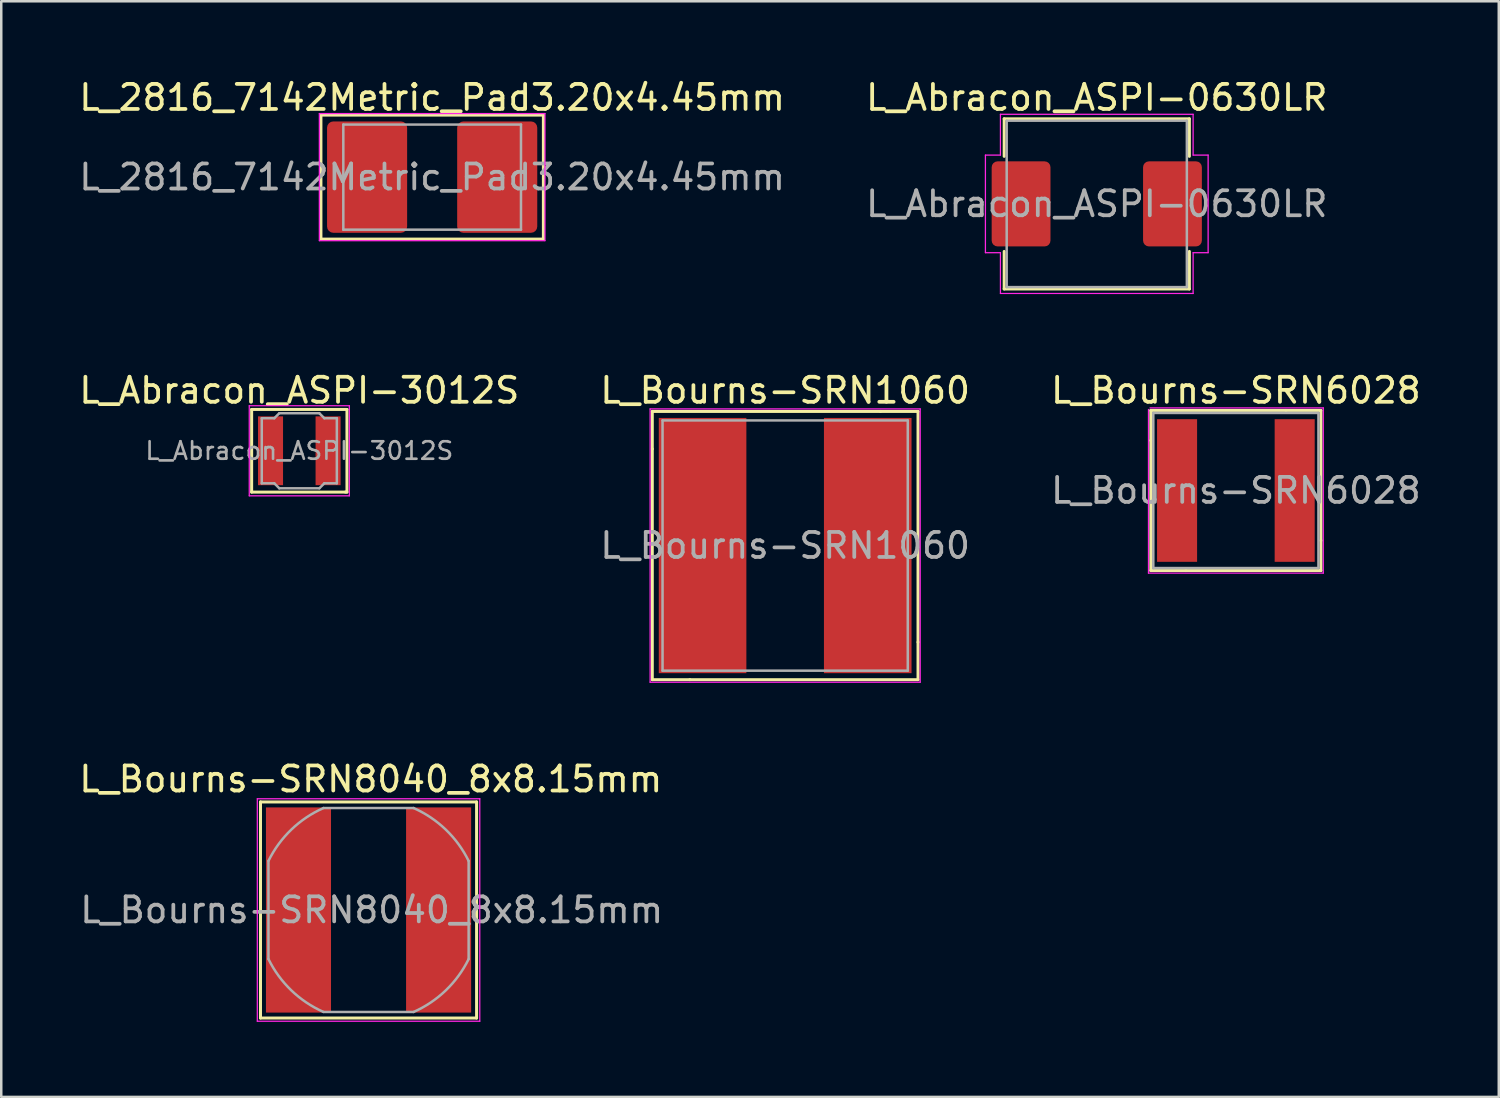
<source format=kicad_pcb>
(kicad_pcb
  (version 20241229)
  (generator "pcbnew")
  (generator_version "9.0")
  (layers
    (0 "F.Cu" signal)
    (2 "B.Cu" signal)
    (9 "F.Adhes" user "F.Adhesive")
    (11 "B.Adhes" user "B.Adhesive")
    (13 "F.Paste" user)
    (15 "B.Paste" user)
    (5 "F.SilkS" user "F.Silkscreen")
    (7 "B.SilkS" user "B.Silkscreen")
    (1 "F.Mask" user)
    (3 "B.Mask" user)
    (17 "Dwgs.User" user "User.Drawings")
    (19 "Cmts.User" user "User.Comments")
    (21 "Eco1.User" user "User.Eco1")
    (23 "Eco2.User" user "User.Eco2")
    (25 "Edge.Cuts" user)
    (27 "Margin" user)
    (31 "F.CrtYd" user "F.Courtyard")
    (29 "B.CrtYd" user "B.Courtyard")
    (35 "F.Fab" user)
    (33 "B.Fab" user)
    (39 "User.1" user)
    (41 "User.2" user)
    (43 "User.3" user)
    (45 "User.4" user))
  (footprint "L_2816_7142Metric_Pad3.20x4.45mm"
    (layer "F.Cu")
    (at 14.22 4.028)
    (property "Reference" "L_2816_7142Metric_Pad3.20x4.45mm" (at 0 -3.18 0) (layer "F.SilkS") (effects (font (size 1 1) (thickness 0.15))))
    (attr smd)
    (fp_line (start -4.445 -2.477) (end 4.445 -2.477) (stroke (width 0.12) (type solid)) (layer "F.SilkS"))
    (fp_line (start -4.445 2.477) (end -4.445 -2.477) (stroke (width 0.12) (type solid)) (layer "F.SilkS"))
    (fp_line (start 4.445 -2.477) (end 4.445 2.477) (stroke (width 0.12) (type solid)) (layer "F.SilkS"))
    (fp_line (start 4.445 2.477) (end -4.445 2.477) (stroke (width 0.12) (type solid)) (layer "F.SilkS"))
    (fp_line (start -4.508 -2.54) (end 4.508 -2.54) (stroke (width 0.05) (type solid)) (layer "F.CrtYd"))
    (fp_line (start -4.508 2.54) (end -4.508 -2.54) (stroke (width 0.05) (type solid)) (layer "F.CrtYd"))
    (fp_line (start 4.508 -2.54) (end 4.508 2.54) (stroke (width 0.05) (type solid)) (layer "F.CrtYd"))
    (fp_line (start 4.508 2.54) (end -4.508 2.54) (stroke (width 0.05) (type solid)) (layer "F.CrtYd"))
    (fp_line (start -3.55 -2.1) (end 3.55 -2.1) (stroke (width 0.1) (type solid)) (layer "F.Fab"))
    (fp_line (start -3.55 2.1) (end -3.55 -2.1) (stroke (width 0.1) (type solid)) (layer "F.Fab"))
    (fp_line (start 3.55 -2.1) (end 3.55 2.1) (stroke (width 0.1) (type solid)) (layer "F.Fab"))
    (fp_line (start 3.55 2.1) (end -3.55 2.1) (stroke (width 0.1) (type solid)) (layer "F.Fab"))
    (fp_text user "${REFERENCE}" (at 0 0 0) (layer "F.Fab") (effects (font (size 1 1) (thickness 0.15))))
    (pad "1" smd roundrect (at -2.6 0) (size 3.2 4.45) (layers "F.Cu" "F.Mask" "F.Paste") (roundrect_rratio 0.078))
    (pad "2" smd roundrect (at 2.6 0) (size 3.2 4.45) (layers "F.Cu" "F.Mask" "F.Paste") (roundrect_rratio 0.078)))
  (footprint "L_Abracon_ASPI-3012S"
    (layer "F.Cu")
    (at 8.911 14.964)
    (property "Reference" "L_Abracon_ASPI-3012S" (at 0 -2.413 0) (layer "F.SilkS") (effects (font (size 1 1) (thickness 0.15))))
    (attr smd)
    (fp_line (start -1.905 -1.651) (end -1.905 1.651) (stroke (width 0.12) (type solid)) (layer "F.SilkS"))
    (fp_line (start -1.905 1.651) (end 1.841 1.651) (stroke (width 0.12) (type solid)) (layer "F.SilkS"))
    (fp_line (start 1.841 1.651) (end 1.905 1.651) (stroke (width 0.12) (type solid)) (layer "F.SilkS"))
    (fp_line (start 1.905 -1.651) (end -1.905 -1.651) (stroke (width 0.12) (type solid)) (layer "F.SilkS"))
    (fp_line (start 1.905 1.651) (end 1.905 -1.651) (stroke (width 0.12) (type solid)) (layer "F.SilkS"))
    (fp_line (start -2 -1.8) (end -2 1.8) (stroke (width 0.05) (type solid)) (layer "F.CrtYd"))
    (fp_line (start -2 1.8) (end 2 1.8) (stroke (width 0.05) (type solid)) (layer "F.CrtYd"))
    (fp_line (start 2 -1.8) (end -2 -1.8) (stroke (width 0.05) (type solid)) (layer "F.CrtYd"))
    (fp_line (start 2 1.8) (end 2 -1.8) (stroke (width 0.05) (type solid)) (layer "F.CrtYd"))
    (fp_line (start -1.5 -1.3) (end -1.5 1.3) (stroke (width 0.1) (type solid)) (layer "F.Fab"))
    (fp_line (start -1.5 1.3) (end -1 1.3) (stroke (width 0.1) (type solid)) (layer "F.Fab"))
    (fp_line (start -1 -1.3) (end -1.5 -1.3) (stroke (width 0.1) (type solid)) (layer "F.Fab"))
    (fp_line (start -1 1.3) (end -0.8 1.5) (stroke (width 0.1) (type solid)) (layer "F.Fab"))
    (fp_line (start -0.8 -1.5) (end -1 -1.3) (stroke (width 0.1) (type solid)) (layer "F.Fab"))
    (fp_line (start -0.8 1.5) (end 0.8 1.5) (stroke (width 0.1) (type solid)) (layer "F.Fab"))
    (fp_line (start 0.8 -1.5) (end -0.8 -1.5) (stroke (width 0.1) (type solid)) (layer "F.Fab"))
    (fp_line (start 0.8 1.5) (end 1 1.3) (stroke (width 0.1) (type solid)) (layer "F.Fab"))
    (fp_line (start 1 -1.3) (end 0.8 -1.5) (stroke (width 0.1) (type solid)) (layer "F.Fab"))
    (fp_line (start 1 1.3) (end 1.5 1.3) (stroke (width 0.1) (type solid)) (layer "F.Fab"))
    (fp_line (start 1.5 -1.3) (end 1 -1.3) (stroke (width 0.1) (type solid)) (layer "F.Fab"))
    (fp_line (start 1.5 1.3) (end 1.5 -1.3) (stroke (width 0.1) (type solid)) (layer "F.Fab"))
    (fp_text user "${REFERENCE}" (at 0 0 0) (layer "F.Fab") (effects (font (size 0.7 0.7) (thickness 0.105))))
    (pad "1" smd rect (at -1.15 0) (size 1 2.75) (layers "F.Cu" "F.Mask" "F.Paste"))
    (pad "2" smd rect (at 1.15 0) (size 1 2.75) (layers "F.Cu" "F.Mask" "F.Paste")))
  (footprint "L_Bourns-SRN8040_8x8.15mm"
    (layer "F.Cu")
    (at 11.678 33.316)
    (property "Reference" "L_Bourns-SRN8040_8x8.15mm" (at 0.09 -5.23 0) (layer "F.SilkS") (effects (font (size 1 1) (thickness 0.15))))
    (attr smd)
    (fp_line (start -4.318 -4.318) (end 4.318 -4.318) (stroke (width 0.12) (type solid)) (layer "F.SilkS"))
    (fp_line (start -4.318 4.318) (end -4.318 -4.318) (stroke (width 0.12) (type solid)) (layer "F.SilkS"))
    (fp_line (start 4.318 -4.318) (end 4.318 4.318) (stroke (width 0.12) (type solid)) (layer "F.SilkS"))
    (fp_line (start 4.318 4.318) (end -4.318 4.318) (stroke (width 0.12) (type solid)) (layer "F.SilkS"))
    (fp_line (start -4.445 -4.445) (end -4.445 4.445) (stroke (width 0.05) (type solid)) (layer "F.CrtYd"))
    (fp_line (start -4.445 -4.445) (end 4.445 -4.445) (stroke (width 0.05) (type solid)) (layer "F.CrtYd"))
    (fp_line (start -4.445 4.445) (end 4.445 4.445) (stroke (width 0.05) (type solid)) (layer "F.CrtYd"))
    (fp_line (start 4.445 -4.445) (end 4.445 4.445) (stroke (width 0.05) (type solid)) (layer "F.CrtYd"))
    (fp_line (start -4 -1.96) (end -4 1.96) (stroke (width 0.1) (type solid)) (layer "F.Fab"))
    (fp_line (start -1.8 -4.075) (end 1.8 -4.075) (stroke (width 0.1) (type solid)) (layer "F.Fab"))
    (fp_line (start 1.8 4.075) (end -1.8 4.075) (stroke (width 0.1) (type solid)) (layer "F.Fab"))
    (fp_line (start 4 -1.96) (end 4 1.96) (stroke (width 0.1) (type solid)) (layer "F.Fab"))
    (fp_arc (start -3.99824 -1.964613) (mid -3.085179 -3.213611) (end -1.8 -4.075) (stroke (width 0.1) (type solid)) (layer "F.Fab"))
    (fp_arc (start -1.804314 4.072598) (mid -3.088411 3.209878) (end -4 1.96) (stroke (width 0.1) (type solid)) (layer "F.Fab"))
    (fp_arc (start 1.799817 -4.074587) (mid 3.086639 -3.211582) (end 4 -1.96) (stroke (width 0.1) (type solid)) (layer "F.Fab"))
    (fp_arc (start 3.99824 1.964613) (mid 3.085179 3.213611) (end 1.8 4.075) (stroke (width 0.1) (type solid)) (layer "F.Fab"))
    (fp_text user "${REFERENCE}" (at 0.127 0 0) (layer "F.Fab") (effects (font (size 1 1) (thickness 0.15))))
    (pad "1" smd rect (at -2.8 0) (size 2.6 8.2) (layers "F.Cu" "F.Mask" "F.Paste"))
    (pad "2" smd rect (at 2.8 0) (size 2.6 8.2) (layers "F.Cu" "F.Mask" "F.Paste")))
  (footprint "L_Bourns-SRN6028"
    (layer "F.Cu")
    (at 46.339 16.552)
    (property "Reference" "L_Bourns-SRN6028" (at 0 -4 0) (layer "F.SilkS") (effects (font (size 1 1) (thickness 0.15))))
    (attr smd)
    (fp_line (start -3.4 -3.2) (end -3.4 -2) (stroke (width 0.12) (type solid)) (layer "F.SilkS"))
    (fp_line (start -3.4 -3.2) (end 2 -3.2) (stroke (width 0.12) (type solid)) (layer "F.SilkS"))
    (fp_line (start -3.4 3.2) (end -3.4 -2) (stroke (width 0.12) (type solid)) (layer "F.SilkS"))
    (fp_line (start -3.4 3.2) (end -2 3.2) (stroke (width 0.12) (type solid)) (layer "F.SilkS"))
    (fp_line (start 3.4 -3.2) (end 2 -3.2) (stroke (width 0.12) (type solid)) (layer "F.SilkS"))
    (fp_line (start 3.4 -3.2) (end 3.4 2) (stroke (width 0.12) (type solid)) (layer "F.SilkS"))
    (fp_line (start 3.4 3.2) (end -2 3.2) (stroke (width 0.12) (type solid)) (layer "F.SilkS"))
    (fp_line (start 3.4 3.2) (end 3.4 2) (stroke (width 0.12) (type solid)) (layer "F.SilkS"))
    (fp_line (start -3.493 -3.239) (end -3.493 3.302) (stroke (width 0.05) (type solid)) (layer "F.CrtYd"))
    (fp_line (start -3.429 -3.302) (end 3.493 -3.302) (stroke (width 0.05) (type solid)) (layer "F.CrtYd"))
    (fp_line (start 3.493 -3.302) (end 3.493 3.302) (stroke (width 0.05) (type solid)) (layer "F.CrtYd"))
    (fp_line (start 3.493 3.302) (end -3.493 3.302) (stroke (width 0.05) (type solid)) (layer "F.CrtYd"))
    (fp_line (start -3.3 -3.1) (end -3.3 3.1) (stroke (width 0.1) (type solid)) (layer "F.Fab"))
    (fp_line (start -3.3 -3.1) (end 3.3 -3.1) (stroke (width 0.1) (type solid)) (layer "F.Fab"))
    (fp_line (start 3.3 -3.1) (end 3.3 3.1) (stroke (width 0.1) (type solid)) (layer "F.Fab"))
    (fp_line (start 3.3 3.1) (end -3.3 3.1) (stroke (width 0.1) (type solid)) (layer "F.Fab"))
    (fp_text user "${REFERENCE}" (at 0 0 0) (layer "F.Fab") (effects (font (size 1 1) (thickness 0.15))))
    (pad "1" smd rect (at -2.35 0) (size 1.6 5.7) (layers "F.Cu" "F.Mask" "F.Paste"))
    (pad "2" smd rect (at 2.35 0) (size 1.6 5.7) (layers "F.Cu" "F.Mask" "F.Paste")))
  (footprint "L_Bourns-SRN1060"
    (layer "F.Cu")
    (at 28.327 18.752)
    (property "Reference" "L_Bourns-SRN1060" (at 0 -6.2 0) (layer "F.SilkS") (effects (font (size 1 1) (thickness 0.15))))
    (attr smd)
    (fp_line (start -5.31 -5.36) (end -5.31 -3.86) (stroke (width 0.12) (type solid)) (layer "F.SilkS"))
    (fp_line (start -5.31 -5.36) (end 3.81 -5.36) (stroke (width 0.12) (type solid)) (layer "F.SilkS"))
    (fp_line (start -5.31 5.36) (end -5.31 -3.86) (stroke (width 0.12) (type solid)) (layer "F.SilkS"))
    (fp_line (start -5.31 5.36) (end -3.81 5.36) (stroke (width 0.12) (type solid)) (layer "F.SilkS"))
    (fp_line (start 5.31 -5.36) (end 3.81 -5.36) (stroke (width 0.12) (type solid)) (layer "F.SilkS"))
    (fp_line (start 5.31 -5.36) (end 5.31 3.86) (stroke (width 0.12) (type solid)) (layer "F.SilkS"))
    (fp_line (start 5.31 5.36) (end -3.81 5.36) (stroke (width 0.12) (type solid)) (layer "F.SilkS"))
    (fp_line (start 5.31 5.36) (end 5.31 3.86) (stroke (width 0.12) (type solid)) (layer "F.SilkS"))
    (fp_line (start -5.397 -5.461) (end -5.397 5.461) (stroke (width 0.05) (type solid)) (layer "F.CrtYd"))
    (fp_line (start -5.397 -5.461) (end 5.397 -5.461) (stroke (width 0.05) (type solid)) (layer "F.CrtYd"))
    (fp_line (start -5.397 5.461) (end 5.397 5.461) (stroke (width 0.05) (type solid)) (layer "F.CrtYd"))
    (fp_line (start 5.397 -5.461) (end 5.397 5.461) (stroke (width 0.05) (type solid)) (layer "F.CrtYd"))
    (fp_line (start -4.9 -5) (end -4.9 5) (stroke (width 0.1) (type solid)) (layer "F.Fab"))
    (fp_line (start -4.9 -5) (end 4.9 -5) (stroke (width 0.1) (type solid)) (layer "F.Fab"))
    (fp_line (start -4.9 5) (end 4.9 5) (stroke (width 0.1) (type solid)) (layer "F.Fab"))
    (fp_line (start 4.9 -5) (end 4.9 5) (stroke (width 0.1) (type solid)) (layer "F.Fab"))
    (fp_text user "${REFERENCE}" (at 0 0 0) (layer "F.Fab") (effects (font (size 1 1) (thickness 0.15))))
    (pad "1" smd rect (at -3.3 0) (size 3.5 10.2) (layers "F.Cu" "F.Mask" "F.Paste"))
    (pad "2" smd rect (at 3.3 0) (size 3.5 10.2) (layers "F.Cu" "F.Mask" "F.Paste")))
  (footprint "L_Abracon_ASPI-0630LR"
    (layer "F.Cu")
    (at 40.78 5.098)
    (property "Reference" "L_Abracon_ASPI-0630LR" (at 0 -4.25 0) (layer "F.SilkS") (effects (font (size 1 1) (thickness 0.15))))
    (attr smd)
    (fp_line (start -3.7 -3.4) (end -3.7 -1.9) (stroke (width 0.12) (type solid)) (layer "F.SilkS"))
    (fp_line (start -3.7 3.4) (end -3.7 1.9) (stroke (width 0.12) (type solid)) (layer "F.SilkS"))
    (fp_line (start -3.7 3.4) (end 3.7 3.4) (stroke (width 0.12) (type solid)) (layer "F.SilkS"))
    (fp_line (start 3.7 -3.4) (end -3.7 -3.4) (stroke (width 0.12) (type solid)) (layer "F.SilkS"))
    (fp_line (start 3.7 -3.4) (end 3.7 -1.9) (stroke (width 0.12) (type solid)) (layer "F.SilkS"))
    (fp_line (start 3.7 3.4) (end 3.7 1.9) (stroke (width 0.12) (type solid)) (layer "F.SilkS"))
    (fp_line (start -4.45 -1.95) (end -4.45 1.95) (stroke (width 0.05) (type solid)) (layer "F.CrtYd"))
    (fp_line (start -4.45 1.95) (end -3.85 1.95) (stroke (width 0.05) (type solid)) (layer "F.CrtYd"))
    (fp_line (start -3.85 -3.58) (end -3.85 -1.95) (stroke (width 0.05) (type solid)) (layer "F.CrtYd"))
    (fp_line (start -3.85 -1.95) (end -4.45 -1.95) (stroke (width 0.05) (type solid)) (layer "F.CrtYd"))
    (fp_line (start -3.85 1.95) (end -3.85 3.58) (stroke (width 0.05) (type solid)) (layer "F.CrtYd"))
    (fp_line (start -3.85 3.58) (end 3.85 3.58) (stroke (width 0.05) (type solid)) (layer "F.CrtYd"))
    (fp_line (start 3.85 -3.58) (end -3.85 -3.58) (stroke (width 0.05) (type solid)) (layer "F.CrtYd"))
    (fp_line (start 3.85 -1.95) (end 3.85 -3.58) (stroke (width 0.05) (type solid)) (layer "F.CrtYd"))
    (fp_line (start 3.85 1.95) (end 4.45 1.95) (stroke (width 0.05) (type solid)) (layer "F.CrtYd"))
    (fp_line (start 3.85 3.58) (end 3.85 1.95) (stroke (width 0.05) (type solid)) (layer "F.CrtYd"))
    (fp_line (start 4.45 -1.95) (end 3.85 -1.95) (stroke (width 0.05) (type solid)) (layer "F.CrtYd"))
    (fp_line (start 4.45 1.95) (end 4.45 -1.95) (stroke (width 0.05) (type solid)) (layer "F.CrtYd"))
    (fp_line (start -3.6 -3.325) (end 3.6 -3.325) (stroke (width 0.1) (type solid)) (layer "F.Fab"))
    (fp_line (start -3.6 3.325) (end -3.6 -3.325) (stroke (width 0.1) (type solid)) (layer "F.Fab"))
    (fp_line (start 3.6 -3.325) (end 3.6 3.325) (stroke (width 0.1) (type solid)) (layer "F.Fab"))
    (fp_line (start 3.6 3.325) (end -3.6 3.325) (stroke (width 0.1) (type solid)) (layer "F.Fab"))
    (fp_text user "${REFERENCE}" (at 0 0 0) (layer "F.Fab") (effects (font (size 1 1) (thickness 0.15))))
    (pad "1" smd roundrect (at -3.025 0) (size 2.35 3.4) (layers "F.Cu" "F.Mask" "F.Paste") (roundrect_rratio 0.1))
    (pad "2" smd roundrect (at 3.025 0) (size 2.35 3.4) (layers "F.Cu" "F.Mask" "F.Paste") (roundrect_rratio 0.1)))
  (gr_rect
    (start -3 -3)
    (end 56.845 40.786)
    (stroke (width 0.1) (type default))
    (fill no)
    (layer "Edge.Cuts")))
</source>
